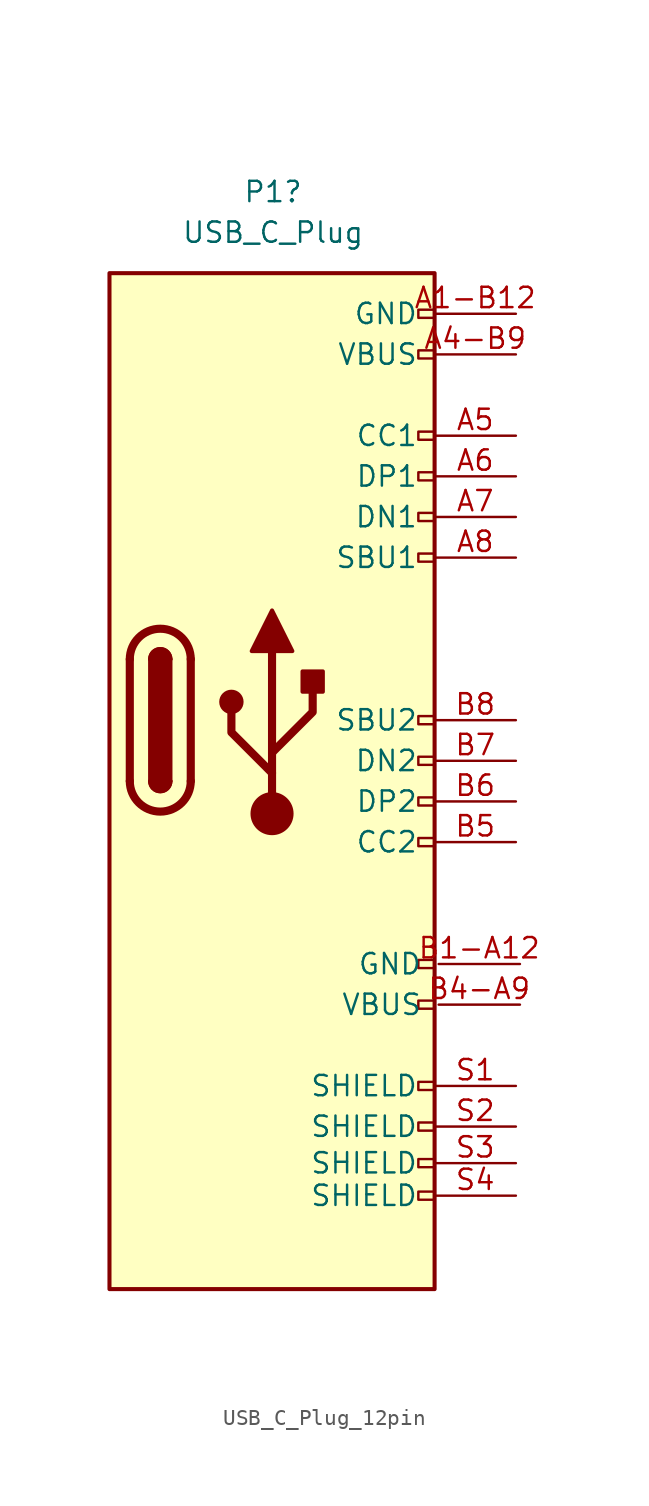
<source format=kicad_sym>
(kicad_symbol_lib
  (version 20241209)
  (generator "kicad_symbol_editor")
  (generator_version "9.0")
  (symbol "USB_C_Plug_12pin"
    (pin_names
      (offset 1.016))
    (property "Reference" "P1"
      (at 0.064 33.02 0)
      (effects (font (size 1.27 1.27))))
    (property "Value" "USB_C_Plug"
      (at 0.064 30.48 0)
      (effects (font (size 1.27 1.27))))
    (property "DC Resistance (DCR)" ""
      (at 0 0 0)
      (effects (font (size 1.27 1.27))))
    (property "Frequency - Self Resonant" ""
      (at 0 0 0)
      (effects (font (size 1.27 1.27))))
    (property "Inductance" ""
      (at 0 0 0)
      (effects (font (size 1.27 1.27))))
    (property "Q @ Freq" ""
      (at 0 0 0)
      (effects (font (size 1.27 1.27))))
    (property "Rated Current" ""
      (at 0 0 0)
      (effects (font (size 1.27 1.27))))
    (symbol "USB_C_Plug_12pin_0_0"
      (rectangle (start 9.144 23.114) (end 10.16 22.606) (stroke (width 0) (type default)) (fill (type none)))
      (rectangle (start 9.144 15.494) (end 10.16 14.986) (stroke (width 0) (type default)) (fill (type none)))
      (rectangle (start 9.144 12.954) (end 10.16 12.446) (stroke (width 0) (type default)) (fill (type none)))
      (rectangle (start 9.144 10.414) (end 10.16 9.906) (stroke (width 0) (type default)) (fill (type none)))
      (rectangle (start 9.144 -4.826) (end 10.16 -5.334) (stroke (width 0) (type default)) (fill (type none)))
      (rectangle (start 9.144 -27.432) (end 10.16 -27.94) (stroke (width 0) (type default)) (fill (type none)))
      (rectangle (start 9.144 -29.464) (end 10.16 -29.972) (stroke (width 0) (type default)) (fill (type none)))
      (rectangle (start 10.16 25.654) (end 9.144 25.146) (stroke (width 0) (type default)) (fill (type none)))
      (rectangle (start 10.16 18.034) (end 9.144 17.526) (stroke (width 0) (type default)) (fill (type none)))
      (rectangle (start 10.16 0.254) (end 9.144 -0.254) (stroke (width 0) (type default)) (fill (type none)))
      (rectangle (start 10.16 -2.286) (end 9.144 -2.794) (stroke (width 0) (type default)) (fill (type none)))
      (rectangle (start 10.16 -7.366) (end 9.144 -7.874) (stroke (width 0) (type default)) (fill (type none)))
      (rectangle (start 10.16 -14.986) (end 9.144 -15.494) (stroke (width 0) (type default)) (fill (type none)))
      (rectangle (start 10.16 -17.526) (end 9.144 -18.034) (stroke (width 0) (type default)) (fill (type none)))
      (rectangle (start 10.16 -22.606) (end 9.144 -23.114) (stroke (width 0) (type default)) (fill (type none)))
      (rectangle (start 10.16 -25.146) (end 9.144 -25.654) (stroke (width 0) (type default)) (fill (type none))))
    (symbol "USB_C_Plug_12pin_0_1"
      (rectangle (start -10.16 27.94) (end 10.16 -35.56) (stroke (width 0.254) (type default)) (fill (type background)))
      (polyline (pts (xy -8.89 -3.81) (xy -8.89 3.81)) (stroke (width 0.508) (type default)) (fill (type none)))
      (rectangle (start -7.62 -3.81) (end -6.35 3.81) (stroke (width 0.254) (type default)) (fill (type outline)))
      (arc (start -7.62 3.81) (mid -6.985 4.4423) (end -6.35 3.81) (stroke (width 0.254) (type default)) (fill (type none)))
      (arc (start -7.62 3.81) (mid -6.985 4.4423) (end -6.35 3.81) (stroke (width 0.254) (type default)) (fill (type outline)))
      (arc (start -8.89 3.81) (mid -6.985 5.7067) (end -5.08 3.81) (stroke (width 0.508) (type default)) (fill (type none)))
      (arc (start -5.08 -3.81) (mid -6.985 -5.7067) (end -8.89 -3.81) (stroke (width 0.508) (type default)) (fill (type none)))
      (arc (start -6.35 -3.81) (mid -6.985 -4.4423) (end -7.62 -3.81) (stroke (width 0.254) (type default)) (fill (type none)))
      (arc (start -6.35 -3.81) (mid -6.985 -4.4423) (end -7.62 -3.81) (stroke (width 0.254) (type default)) (fill (type outline)))
      (polyline (pts (xy -5.08 3.81) (xy -5.08 -3.81)) (stroke (width 0.508) (type default)) (fill (type none))))
    (symbol "USB_C_Plug_12pin_1_1"
      (circle (center -2.54 1.143) (radius 0.635) (stroke (width 0.254) (type default)) (fill (type outline)))
      (polyline (pts (xy -1.27 4.318) (xy 0 6.858) (xy 1.27 4.318) (xy -1.27 4.318)) (stroke (width 0.254) (type default)) (fill (type outline)))
      (polyline (pts (xy 0 -2.032) (xy 2.54 0.508) (xy 2.54 1.778)) (stroke (width 0.508) (type default)) (fill (type none)))
      (polyline (pts (xy 0 -3.302) (xy -2.54 -0.762) (xy -2.54 0.508)) (stroke (width 0.508) (type default)) (fill (type none)))
      (polyline (pts (xy 0 -5.842) (xy 0 4.318)) (stroke (width 0.508) (type default)) (fill (type none)))
      (circle (center 0 -5.842) (radius 1.27) (stroke (width 0) (type default)) (fill (type outline)))
      (rectangle (start 1.905 1.778) (end 3.175 3.048) (stroke (width 0.254) (type default)) (fill (type outline)))
      (pin passive line (at 15.24 25.4 180) (length 5.08) (name "GND" (effects (font (size 1.27 1.27)))) (number "A1-B12" (effects (font (size 1.27 1.27)))))
      (pin bidirectional line (at 15.24 22.86 180) (length 5.08) (name "VBUS" (effects (font (size 1.27 1.27)))) (number "A4-B9" (effects (font (size 1.27 1.27)))))
      (pin bidirectional line (at 15.24 17.78 180) (length 5.08) (name "CC1" (effects (font (size 1.27 1.27)))) (number "A5" (effects (font (size 1.27 1.27)))))
      (pin bidirectional line (at 15.24 15.24 180) (length 5.08) (name "DP1" (effects (font (size 1.27 1.27)))) (number "A6" (effects (font (size 1.27 1.27)))))
      (pin bidirectional line (at 15.24 12.7 180) (length 5.08) (name "DN1" (effects (font (size 1.27 1.27)))) (number "A7" (effects (font (size 1.27 1.27)))))
      (pin bidirectional line (at 15.24 10.16 180) (length 5.08) (name "SBU1" (effects (font (size 1.27 1.27)))) (number "A8" (effects (font (size 1.27 1.27)))))
      (pin bidirectional line (at 15.24 0 180) (length 5.08) (name "SBU2" (effects (font (size 1.27 1.27)))) (number "B8" (effects (font (size 1.27 1.27)))))
      (pin bidirectional line (at 15.24 -2.54 180) (length 5.08) (name "DN2" (effects (font (size 1.27 1.27)))) (number "B7" (effects (font (size 1.27 1.27)))))
      (pin bidirectional line (at 15.24 -5.08 180) (length 5.08) (name "DP2" (effects (font (size 1.27 1.27)))) (number "B6" (effects (font (size 1.27 1.27)))))
      (pin bidirectional line (at 15.24 -7.62 180) (length 5.08) (name "CC2" (effects (font (size 1.27 1.27)))) (number "B5" (effects (font (size 1.27 1.27)))))
      (pin passive line (at 15.24 -22.86 180) (length 5.08) (name "SHIELD" (effects (font (size 1.27 1.27)))) (number "S1" (effects (font (size 1.27 1.27)))))
      (pin passive line (at 15.24 -25.4 180) (length 5.08) (name "SHIELD" (effects (font (size 1.27 1.27)))) (number "S2" (effects (font (size 1.27 1.27)))))
      (pin passive line (at 15.24 -27.686 180) (length 5.08) (name "SHIELD" (effects (font (size 1.27 1.27)))) (number "S3" (effects (font (size 1.27 1.27)))))
      (pin passive line (at 15.24 -29.718 180) (length 5.08) (name "SHIELD" (effects (font (size 1.27 1.27)))) (number "S4" (effects (font (size 1.27 1.27)))))
      (pin passive line (at 15.494 -15.24 180) (length 5.08) (name "GND" (effects (font (size 1.27 1.27)))) (number "B1-A12" (effects (font (size 1.27 1.27)))))
      (pin bidirectional line (at 15.494 -17.78 180) (length 5.08) (name "VBUS" (effects (font (size 1.27 1.27)))) (number "B4-A9" (effects (font (size 1.27 1.27))))))))
</source>
